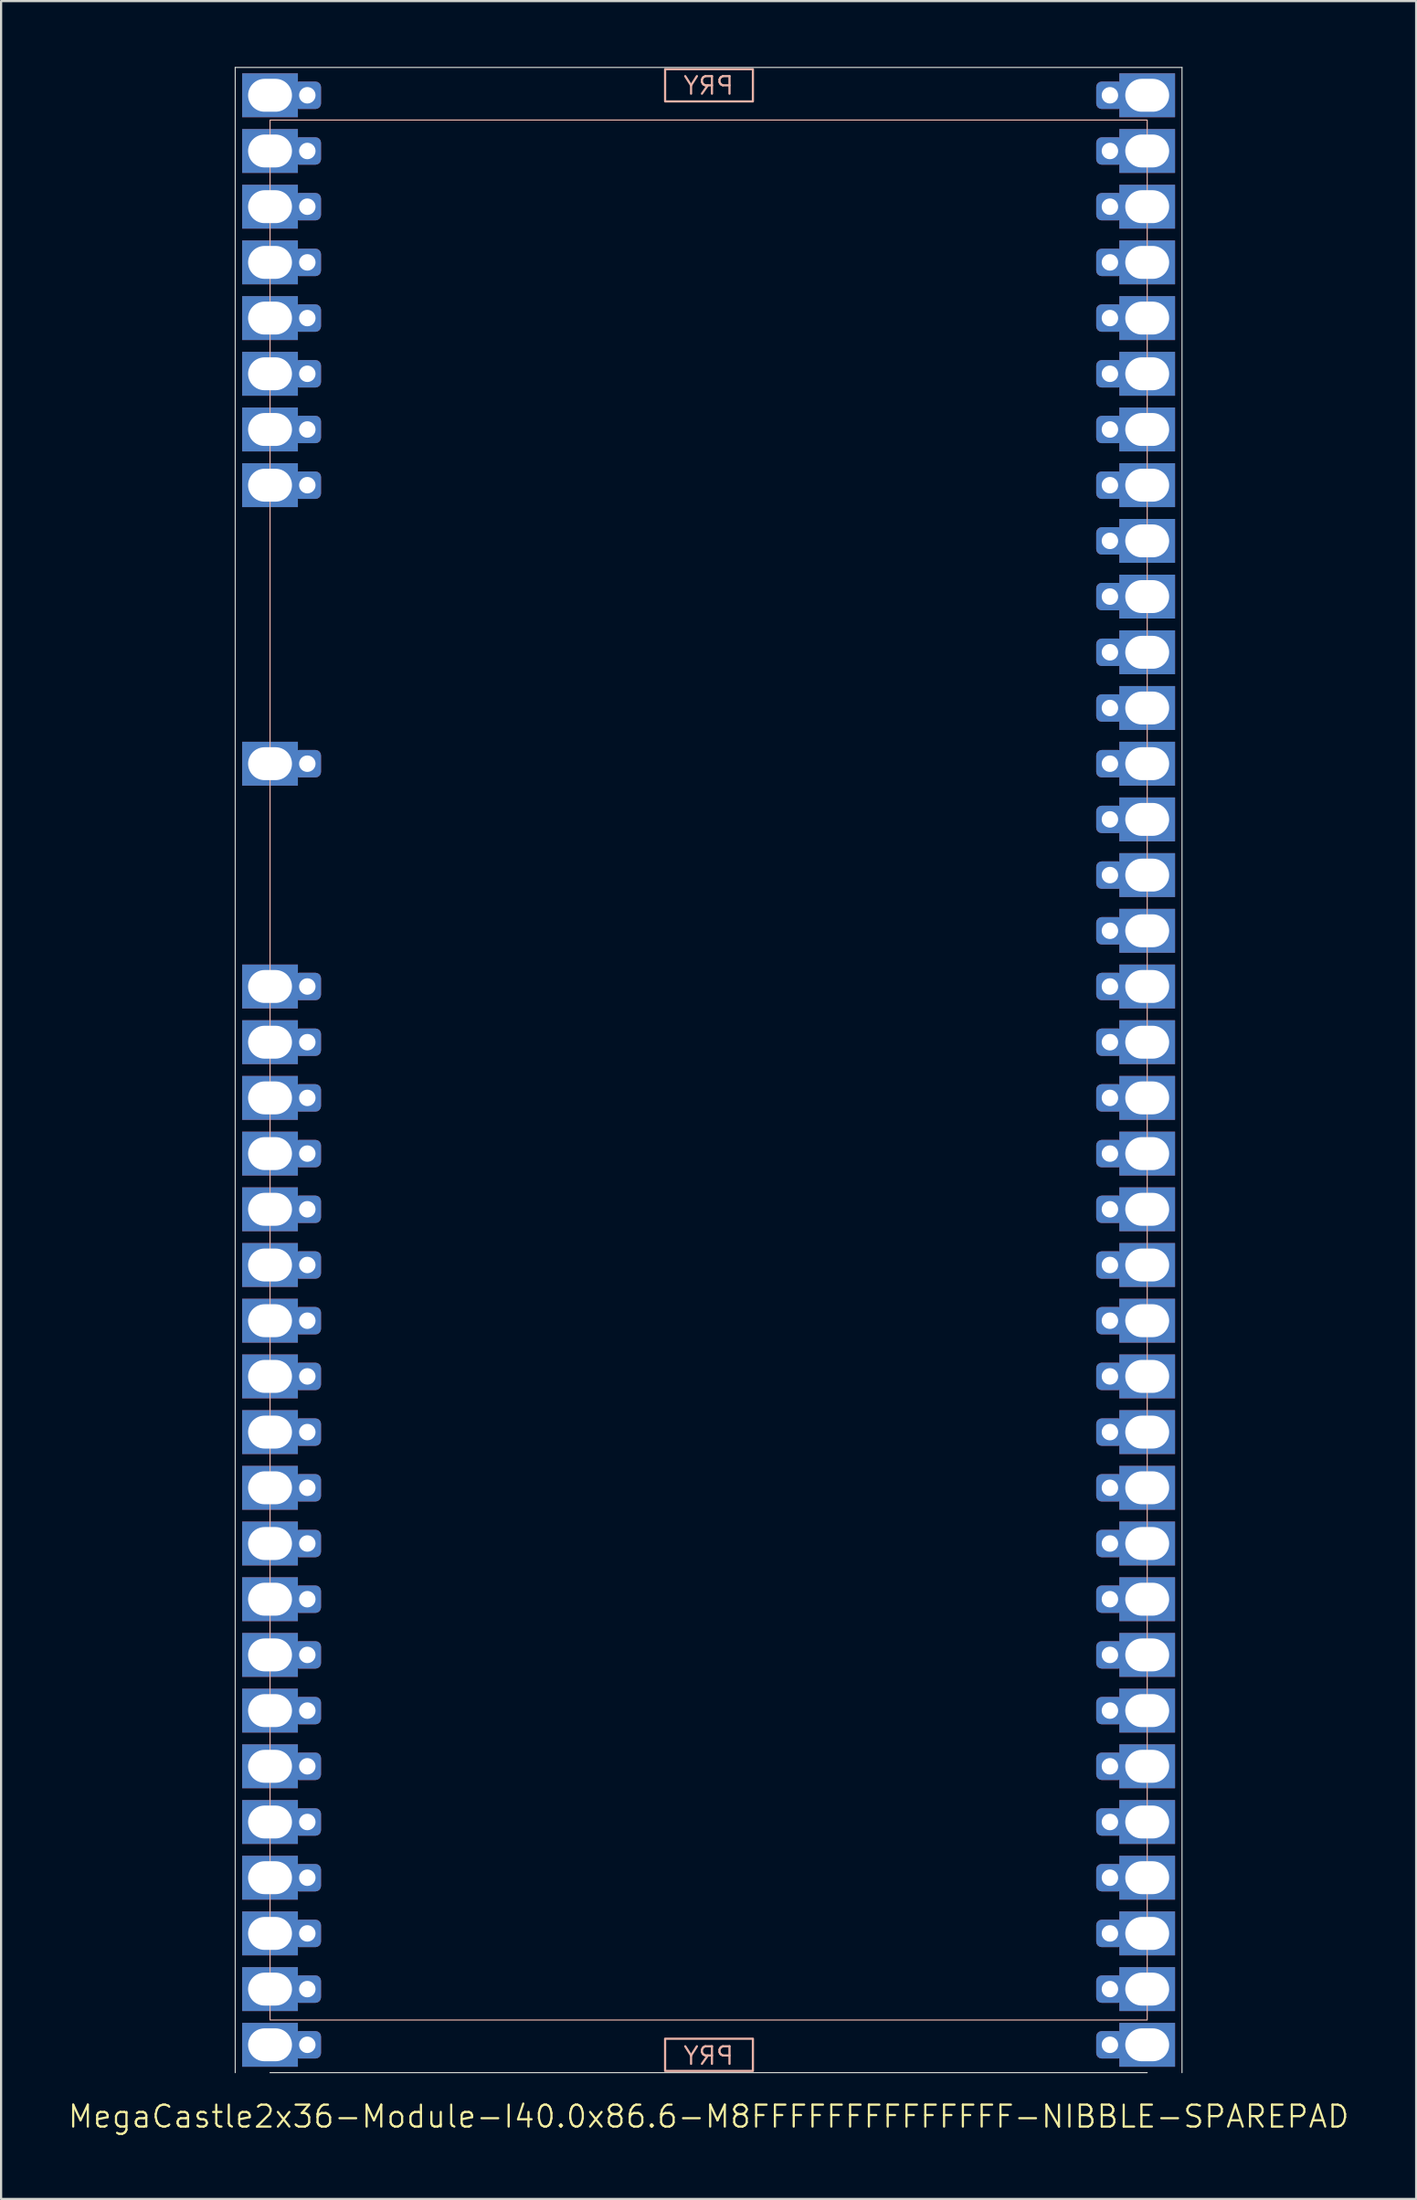
<source format=kicad_pcb>
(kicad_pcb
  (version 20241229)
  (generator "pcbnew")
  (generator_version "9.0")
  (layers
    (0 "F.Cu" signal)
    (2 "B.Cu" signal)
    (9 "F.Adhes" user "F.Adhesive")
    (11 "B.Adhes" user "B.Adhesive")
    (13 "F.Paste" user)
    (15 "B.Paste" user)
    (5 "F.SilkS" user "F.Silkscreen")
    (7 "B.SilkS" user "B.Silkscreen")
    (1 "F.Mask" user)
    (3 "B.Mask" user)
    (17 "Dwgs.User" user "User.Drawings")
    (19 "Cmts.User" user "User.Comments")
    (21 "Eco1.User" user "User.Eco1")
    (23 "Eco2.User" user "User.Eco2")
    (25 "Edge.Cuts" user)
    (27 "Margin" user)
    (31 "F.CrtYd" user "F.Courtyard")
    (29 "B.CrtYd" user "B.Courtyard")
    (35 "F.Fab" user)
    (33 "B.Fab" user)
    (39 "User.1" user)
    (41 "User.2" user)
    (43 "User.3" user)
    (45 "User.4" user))
  (footprint "MegaCastle2x36-Module-I40.0x86.6-M8FFFFFFFFFFFFFF-NIBBLE-SPAREPAD"
    (layer "F.Cu")
    (at 29.264 45.745)
    (property "Reference" "MegaCastle2x36-Module-I40.0x86.6-M8FFFFFFFFFFFFFF-NIBBLE-SPAREPAD" (at 0 47.72 0) (unlocked yes) (layer "F.SilkS") (effects (font (size 1 1) (thickness 0.1))))
    (attr smd)
    (fp_rect (start -20 43.32) (end 20 -43.32) (stroke (width 0.05) (type default)) (fill no) (layer "B.SilkS"))
    (fp_rect (start -1.984 -44.171) (end 2.02 -45.64) (stroke (width 0.1) (type default)) (fill no) (layer "B.SilkS"))
    (fp_rect (start -1.984 44.171) (end 2.02 45.64) (stroke (width 0.1) (type default)) (fill no) (layer "B.SilkS"))
    (fp_line (start -21.587 -45.72) (end -21.587 45.72) (stroke (width 0.05) (type default)) (layer "Edge.Cuts"))
    (fp_line (start -21.587 -45.72) (end 21.587 -45.72) (stroke (width 0.05) (type default)) (layer "Edge.Cuts"))
    (fp_line (start -20 45.72) (end 20 45.72) (stroke (width 0.05) (type default)) (layer "Edge.Cuts"))
    (fp_line (start 21.587 -45.72) (end 21.587 45.72) (stroke (width 0.05) (type default)) (layer "Edge.Cuts"))
    (fp_text user "PRY" (at 0 45.42 0) (unlocked yes) (layer "B.SilkS") (effects (font (size 0.8 0.8) (thickness 0.1)) (justify bottom mirror)))
    (fp_text user "PRY" (at 0 -44.42 0) (unlocked yes) (layer "B.SilkS") (effects (font (size 0.8 0.8) (thickness 0.1)) (justify bottom mirror)))
    (pad "1" thru_hole rect (at -20 -44.45) (size 2.54 2) (drill oval 2 1.5) (property pad_prop_castellated) (layers "*.Cu" "*.Mask"))
    (pad "1" thru_hole roundrect (at -18.3 -44.45 180) (size 1.25 1.25) (drill 0.75) (layers "*.Cu" "*.Mask") (roundrect_rratio 0.2))
    (pad "2" thru_hole rect (at -20 -41.91) (size 2.54 2) (drill oval 2 1.5) (property pad_prop_castellated) (layers "*.Cu" "*.Mask"))
    (pad "2" thru_hole roundrect (at -18.3 -41.91 180) (size 1.25 1.25) (drill 0.75) (layers "*.Cu" "*.Mask") (roundrect_rratio 0.2))
    (pad "3" thru_hole rect (at -20 -39.37) (size 2.54 2) (drill oval 2 1.5) (property pad_prop_castellated) (layers "*.Cu" "*.Mask"))
    (pad "3" thru_hole roundrect (at -18.3 -39.37 180) (size 1.25 1.25) (drill 0.75) (layers "*.Cu" "*.Mask") (roundrect_rratio 0.2))
    (pad "4" thru_hole rect (at -20 -36.83) (size 2.54 2) (drill oval 2 1.5) (property pad_prop_castellated) (layers "*.Cu" "*.Mask"))
    (pad "4" thru_hole roundrect (at -18.3 -36.83 180) (size 1.25 1.25) (drill 0.75) (layers "*.Cu" "*.Mask") (roundrect_rratio 0.2))
    (pad "5" thru_hole rect (at -20 -34.29) (size 2.54 2) (drill oval 2 1.5) (property pad_prop_castellated) (layers "*.Cu" "*.Mask"))
    (pad "5" thru_hole roundrect (at -18.3 -34.29 180) (size 1.25 1.25) (drill 0.75) (layers "*.Cu" "*.Mask") (roundrect_rratio 0.2))
    (pad "6" thru_hole rect (at -20 -31.75) (size 2.54 2) (drill oval 2 1.5) (property pad_prop_castellated) (layers "*.Cu" "*.Mask"))
    (pad "6" thru_hole roundrect (at -18.3 -31.75 180) (size 1.25 1.25) (drill 0.75) (layers "*.Cu" "*.Mask") (roundrect_rratio 0.2))
    (pad "7" thru_hole rect (at -20 -29.21) (size 2.54 2) (drill oval 2 1.5) (property pad_prop_castellated) (layers "*.Cu" "*.Mask"))
    (pad "7" thru_hole roundrect (at -18.3 -29.21 180) (size 1.25 1.25) (drill 0.75) (layers "*.Cu" "*.Mask") (roundrect_rratio 0.2))
    (pad "8" thru_hole rect (at -20 -26.67) (size 2.54 2) (drill oval 2 1.5) (property pad_prop_castellated) (layers "*.Cu" "*.Mask"))
    (pad "8" thru_hole roundrect (at -18.3 -26.67 180) (size 1.25 1.25) (drill 0.75) (layers "*.Cu" "*.Mask") (roundrect_rratio 0.2))
    (pad "13" thru_hole rect (at -20 -13.97) (size 2.54 2) (drill oval 2 1.5) (property pad_prop_castellated) (layers "*.Cu" "*.Mask"))
    (pad "13" thru_hole roundrect (at -18.3 -13.97 180) (size 1.25 1.25) (drill 0.75) (layers "*.Cu" "*.Mask") (roundrect_rratio 0.2))
    (pad "17" thru_hole rect (at -20 -3.81) (size 2.54 2) (drill oval 2 1.5) (property pad_prop_castellated) (layers "*.Cu" "*.Mask"))
    (pad "17" thru_hole roundrect (at -18.3 -3.81 180) (size 1.25 1.25) (drill 0.75) (layers "*.Cu" "*.Mask") (roundrect_rratio 0.2))
    (pad "18" thru_hole rect (at -20 -1.27) (size 2.54 2) (drill oval 2 1.5) (property pad_prop_castellated) (layers "*.Cu" "*.Mask"))
    (pad "18" thru_hole roundrect (at -18.3 -1.27 180) (size 1.25 1.25) (drill 0.75) (layers "*.Cu" "*.Mask") (roundrect_rratio 0.2))
    (pad "19" thru_hole rect (at -20 1.27) (size 2.54 2) (drill oval 2 1.5) (property pad_prop_castellated) (layers "*.Cu" "*.Mask"))
    (pad "19" thru_hole roundrect (at -18.3 1.27 180) (size 1.25 1.25) (drill 0.75) (layers "*.Cu" "*.Mask") (roundrect_rratio 0.2))
    (pad "20" thru_hole rect (at -20 3.81) (size 2.54 2) (drill oval 2 1.5) (property pad_prop_castellated) (layers "*.Cu" "*.Mask"))
    (pad "20" thru_hole roundrect (at -18.3 3.81 180) (size 1.25 1.25) (drill 0.75) (layers "*.Cu" "*.Mask") (roundrect_rratio 0.2))
    (pad "21" thru_hole rect (at -20 6.35) (size 2.54 2) (drill oval 2 1.5) (property pad_prop_castellated) (layers "*.Cu" "*.Mask"))
    (pad "21" thru_hole roundrect (at -18.3 6.35 180) (size 1.25 1.25) (drill 0.75) (layers "*.Cu" "*.Mask") (roundrect_rratio 0.2))
    (pad "22" thru_hole rect (at -20 8.89) (size 2.54 2) (drill oval 2 1.5) (property pad_prop_castellated) (layers "*.Cu" "*.Mask"))
    (pad "22" thru_hole roundrect (at -18.3 8.89 180) (size 1.25 1.25) (drill 0.75) (layers "*.Cu" "*.Mask") (roundrect_rratio 0.2))
    (pad "23" thru_hole rect (at -20 11.43) (size 2.54 2) (drill oval 2 1.5) (property pad_prop_castellated) (layers "*.Cu" "*.Mask"))
    (pad "23" thru_hole roundrect (at -18.3 11.43 180) (size 1.25 1.25) (drill 0.75) (layers "*.Cu" "*.Mask") (roundrect_rratio 0.2))
    (pad "24" thru_hole rect (at -20 13.97) (size 2.54 2) (drill oval 2 1.5) (property pad_prop_castellated) (layers "*.Cu" "*.Mask"))
    (pad "24" thru_hole roundrect (at -18.3 13.97 180) (size 1.25 1.25) (drill 0.75) (layers "*.Cu" "*.Mask") (roundrect_rratio 0.2))
    (pad "25" thru_hole rect (at -20 16.51) (size 2.54 2) (drill oval 2 1.5) (property pad_prop_castellated) (layers "*.Cu" "*.Mask"))
    (pad "25" thru_hole roundrect (at -18.3 16.51 180) (size 1.25 1.25) (drill 0.75) (layers "*.Cu" "*.Mask") (roundrect_rratio 0.2))
    (pad "26" thru_hole rect (at -20 19.05) (size 2.54 2) (drill oval 2 1.5) (property pad_prop_castellated) (layers "*.Cu" "*.Mask"))
    (pad "26" thru_hole roundrect (at -18.3 19.05 180) (size 1.25 1.25) (drill 0.75) (layers "*.Cu" "*.Mask") (roundrect_rratio 0.2))
    (pad "27" thru_hole rect (at -20 21.59) (size 2.54 2) (drill oval 2 1.5) (property pad_prop_castellated) (layers "*.Cu" "*.Mask"))
    (pad "27" thru_hole roundrect (at -18.3 21.59 180) (size 1.25 1.25) (drill 0.75) (layers "*.Cu" "*.Mask") (roundrect_rratio 0.2))
    (pad "28" thru_hole rect (at -20 24.13) (size 2.54 2) (drill oval 2 1.5) (property pad_prop_castellated) (layers "*.Cu" "*.Mask"))
    (pad "28" thru_hole roundrect (at -18.3 24.13 180) (size 1.25 1.25) (drill 0.75) (layers "*.Cu" "*.Mask") (roundrect_rratio 0.2))
    (pad "29" thru_hole rect (at -20 26.67) (size 2.54 2) (drill oval 2 1.5) (property pad_prop_castellated) (layers "*.Cu" "*.Mask"))
    (pad "29" thru_hole roundrect (at -18.3 26.67 180) (size 1.25 1.25) (drill 0.75) (layers "*.Cu" "*.Mask") (roundrect_rratio 0.2))
    (pad "30" thru_hole rect (at -20 29.21) (size 2.54 2) (drill oval 2 1.5) (property pad_prop_castellated) (layers "*.Cu" "*.Mask"))
    (pad "30" thru_hole roundrect (at -18.3 29.21 180) (size 1.25 1.25) (drill 0.75) (layers "*.Cu" "*.Mask") (roundrect_rratio 0.2))
    (pad "31" thru_hole rect (at -20 31.75) (size 2.54 2) (drill oval 2 1.5) (property pad_prop_castellated) (layers "*.Cu" "*.Mask"))
    (pad "31" thru_hole roundrect (at -18.3 31.75 180) (size 1.25 1.25) (drill 0.75) (layers "*.Cu" "*.Mask") (roundrect_rratio 0.2))
    (pad "32" thru_hole rect (at -20 34.29) (size 2.54 2) (drill oval 2 1.5) (property pad_prop_castellated) (layers "*.Cu" "*.Mask"))
    (pad "32" thru_hole roundrect (at -18.3 34.29 180) (size 1.25 1.25) (drill 0.75) (layers "*.Cu" "*.Mask") (roundrect_rratio 0.2))
    (pad "33" thru_hole rect (at -20 36.83) (size 2.54 2) (drill oval 2 1.5) (property pad_prop_castellated) (layers "*.Cu" "*.Mask"))
    (pad "33" thru_hole roundrect (at -18.3 36.83 180) (size 1.25 1.25) (drill 0.75) (layers "*.Cu" "*.Mask") (roundrect_rratio 0.2))
    (pad "34" thru_hole rect (at -20 39.37) (size 2.54 2) (drill oval 2 1.5) (property pad_prop_castellated) (layers "*.Cu" "*.Mask"))
    (pad "34" thru_hole roundrect (at -18.3 39.37 180) (size 1.25 1.25) (drill 0.75) (layers "*.Cu" "*.Mask") (roundrect_rratio 0.2))
    (pad "35" thru_hole rect (at -20 41.91) (size 2.54 2) (drill oval 2 1.5) (property pad_prop_castellated) (layers "*.Cu" "*.Mask"))
    (pad "35" thru_hole roundrect (at -18.3 41.91 180) (size 1.25 1.25) (drill 0.75) (layers "*.Cu" "*.Mask") (roundrect_rratio 0.2))
    (pad "36" thru_hole rect (at -20 44.45) (size 2.54 2) (drill oval 2 1.5) (property pad_prop_castellated) (layers "*.Cu" "*.Mask"))
    (pad "36" thru_hole roundrect (at -18.3 44.45 180) (size 1.25 1.25) (drill 0.75) (layers "*.Cu" "*.Mask") (roundrect_rratio 0.2))
    (pad "37" thru_hole roundrect (at 18.3 -44.45 180) (size 1.25 1.25) (drill 0.75) (layers "*.Cu" "*.Mask") (roundrect_rratio 0.2))
    (pad "37" thru_hole rect (at 20 -44.45) (size 2.54 2) (drill oval 2 1.5) (property pad_prop_castellated) (layers "*.Cu" "*.Mask"))
    (pad "38" thru_hole roundrect (at 18.3 -41.91 180) (size 1.25 1.25) (drill 0.75) (layers "*.Cu" "*.Mask") (roundrect_rratio 0.2))
    (pad "38" thru_hole rect (at 20 -41.91) (size 2.54 2) (drill oval 2 1.5) (property pad_prop_castellated) (layers "*.Cu" "*.Mask"))
    (pad "39" thru_hole roundrect (at 18.3 -39.37 180) (size 1.25 1.25) (drill 0.75) (layers "*.Cu" "*.Mask") (roundrect_rratio 0.2))
    (pad "39" thru_hole rect (at 20 -39.37) (size 2.54 2) (drill oval 2 1.5) (property pad_prop_castellated) (layers "*.Cu" "*.Mask"))
    (pad "40" thru_hole roundrect (at 18.3 -36.83 180) (size 1.25 1.25) (drill 0.75) (layers "*.Cu" "*.Mask") (roundrect_rratio 0.2))
    (pad "40" thru_hole rect (at 20 -36.83) (size 2.54 2) (drill oval 2 1.5) (property pad_prop_castellated) (layers "*.Cu" "*.Mask"))
    (pad "41" thru_hole roundrect (at 18.3 -34.29 180) (size 1.25 1.25) (drill 0.75) (layers "*.Cu" "*.Mask") (roundrect_rratio 0.2))
    (pad "41" thru_hole rect (at 20 -34.29) (size 2.54 2) (drill oval 2 1.5) (property pad_prop_castellated) (layers "*.Cu" "*.Mask"))
    (pad "42" thru_hole roundrect (at 18.3 -31.75 180) (size 1.25 1.25) (drill 0.75) (layers "*.Cu" "*.Mask") (roundrect_rratio 0.2))
    (pad "42" thru_hole rect (at 20 -31.75) (size 2.54 2) (drill oval 2 1.5) (property pad_prop_castellated) (layers "*.Cu" "*.Mask"))
    (pad "43" thru_hole roundrect (at 18.3 -29.21 180) (size 1.25 1.25) (drill 0.75) (layers "*.Cu" "*.Mask") (roundrect_rratio 0.2))
    (pad "43" thru_hole rect (at 20 -29.21) (size 2.54 2) (drill oval 2 1.5) (property pad_prop_castellated) (layers "*.Cu" "*.Mask"))
    (pad "44" thru_hole roundrect (at 18.3 -26.67 180) (size 1.25 1.25) (drill 0.75) (layers "*.Cu" "*.Mask") (roundrect_rratio 0.2))
    (pad "44" thru_hole rect (at 20 -26.67) (size 2.54 2) (drill oval 2 1.5) (property pad_prop_castellated) (layers "*.Cu" "*.Mask"))
    (pad "45" thru_hole roundrect (at 18.3 -24.13 180) (size 1.25 1.25) (drill 0.75) (layers "*.Cu" "*.Mask") (roundrect_rratio 0.2))
    (pad "45" thru_hole rect (at 20 -24.13) (size 2.54 2) (drill oval 2 1.5) (property pad_prop_castellated) (layers "*.Cu" "*.Mask"))
    (pad "46" thru_hole roundrect (at 18.3 -21.59 180) (size 1.25 1.25) (drill 0.75) (layers "*.Cu" "*.Mask") (roundrect_rratio 0.2))
    (pad "46" thru_hole rect (at 20 -21.59) (size 2.54 2) (drill oval 2 1.5) (property pad_prop_castellated) (layers "*.Cu" "*.Mask"))
    (pad "47" thru_hole roundrect (at 18.3 -19.05 180) (size 1.25 1.25) (drill 0.75) (layers "*.Cu" "*.Mask") (roundrect_rratio 0.2))
    (pad "47" thru_hole rect (at 20 -19.05) (size 2.54 2) (drill oval 2 1.5) (property pad_prop_castellated) (layers "*.Cu" "*.Mask"))
    (pad "48" thru_hole roundrect (at 18.3 -16.51 180) (size 1.25 1.25) (drill 0.75) (layers "*.Cu" "*.Mask") (roundrect_rratio 0.2))
    (pad "48" thru_hole rect (at 20 -16.51) (size 2.54 2) (drill oval 2 1.5) (property pad_prop_castellated) (layers "*.Cu" "*.Mask"))
    (pad "49" thru_hole roundrect (at 18.3 -13.97 180) (size 1.25 1.25) (drill 0.75) (layers "*.Cu" "*.Mask") (roundrect_rratio 0.2))
    (pad "49" thru_hole rect (at 20 -13.97) (size 2.54 2) (drill oval 2 1.5) (property pad_prop_castellated) (layers "*.Cu" "*.Mask"))
    (pad "50" thru_hole roundrect (at 18.3 -11.43 180) (size 1.25 1.25) (drill 0.75) (layers "*.Cu" "*.Mask") (roundrect_rratio 0.2))
    (pad "50" thru_hole rect (at 20 -11.43) (size 2.54 2) (drill oval 2 1.5) (property pad_prop_castellated) (layers "*.Cu" "*.Mask"))
    (pad "51" thru_hole roundrect (at 18.3 -8.89 180) (size 1.25 1.25) (drill 0.75) (layers "*.Cu" "*.Mask") (roundrect_rratio 0.2))
    (pad "51" thru_hole rect (at 20 -8.89) (size 2.54 2) (drill oval 2 1.5) (property pad_prop_castellated) (layers "*.Cu" "*.Mask"))
    (pad "52" thru_hole roundrect (at 18.3 -6.35 180) (size 1.25 1.25) (drill 0.75) (layers "*.Cu" "*.Mask") (roundrect_rratio 0.2))
    (pad "52" thru_hole rect (at 20 -6.35) (size 2.54 2) (drill oval 2 1.5) (property pad_prop_castellated) (layers "*.Cu" "*.Mask"))
    (pad "53" thru_hole roundrect (at 18.3 -3.81 180) (size 1.25 1.25) (drill 0.75) (layers "*.Cu" "*.Mask") (roundrect_rratio 0.2))
    (pad "53" thru_hole rect (at 20 -3.81) (size 2.54 2) (drill oval 2 1.5) (property pad_prop_castellated) (layers "*.Cu" "*.Mask"))
    (pad "54" thru_hole roundrect (at 18.3 -1.27 180) (size 1.25 1.25) (drill 0.75) (layers "*.Cu" "*.Mask") (roundrect_rratio 0.2))
    (pad "54" thru_hole rect (at 20 -1.27) (size 2.54 2) (drill oval 2 1.5) (property pad_prop_castellated) (layers "*.Cu" "*.Mask"))
    (pad "55" thru_hole roundrect (at 18.3 1.27 180) (size 1.25 1.25) (drill 0.75) (layers "*.Cu" "*.Mask") (roundrect_rratio 0.2))
    (pad "55" thru_hole rect (at 20 1.27) (size 2.54 2) (drill oval 2 1.5) (property pad_prop_castellated) (layers "*.Cu" "*.Mask"))
    (pad "56" thru_hole roundrect (at 18.3 3.81 180) (size 1.25 1.25) (drill 0.75) (layers "*.Cu" "*.Mask") (roundrect_rratio 0.2))
    (pad "56" thru_hole rect (at 20 3.81) (size 2.54 2) (drill oval 2 1.5) (property pad_prop_castellated) (layers "*.Cu" "*.Mask"))
    (pad "57" thru_hole roundrect (at 18.3 6.35 180) (size 1.25 1.25) (drill 0.75) (layers "*.Cu" "*.Mask") (roundrect_rratio 0.2))
    (pad "57" thru_hole rect (at 20 6.35) (size 2.54 2) (drill oval 2 1.5) (property pad_prop_castellated) (layers "*.Cu" "*.Mask"))
    (pad "58" thru_hole roundrect (at 18.3 8.89 180) (size 1.25 1.25) (drill 0.75) (layers "*.Cu" "*.Mask") (roundrect_rratio 0.2))
    (pad "58" thru_hole rect (at 20 8.89) (size 2.54 2) (drill oval 2 1.5) (property pad_prop_castellated) (layers "*.Cu" "*.Mask"))
    (pad "59" thru_hole roundrect (at 18.3 11.43 180) (size 1.25 1.25) (drill 0.75) (layers "*.Cu" "*.Mask") (roundrect_rratio 0.2))
    (pad "59" thru_hole rect (at 20 11.43) (size 2.54 2) (drill oval 2 1.5) (property pad_prop_castellated) (layers "*.Cu" "*.Mask"))
    (pad "60" thru_hole roundrect (at 18.3 13.97 180) (size 1.25 1.25) (drill 0.75) (layers "*.Cu" "*.Mask") (roundrect_rratio 0.2))
    (pad "60" thru_hole rect (at 20 13.97) (size 2.54 2) (drill oval 2 1.5) (property pad_prop_castellated) (layers "*.Cu" "*.Mask"))
    (pad "61" thru_hole roundrect (at 18.3 16.51 180) (size 1.25 1.25) (drill 0.75) (layers "*.Cu" "*.Mask") (roundrect_rratio 0.2))
    (pad "61" thru_hole rect (at 20 16.51) (size 2.54 2) (drill oval 2 1.5) (property pad_prop_castellated) (layers "*.Cu" "*.Mask"))
    (pad "62" thru_hole roundrect (at 18.3 19.05 180) (size 1.25 1.25) (drill 0.75) (layers "*.Cu" "*.Mask") (roundrect_rratio 0.2))
    (pad "62" thru_hole rect (at 20 19.05) (size 2.54 2) (drill oval 2 1.5) (property pad_prop_castellated) (layers "*.Cu" "*.Mask"))
    (pad "63" thru_hole roundrect (at 18.3 21.59 180) (size 1.25 1.25) (drill 0.75) (layers "*.Cu" "*.Mask") (roundrect_rratio 0.2))
    (pad "63" thru_hole rect (at 20 21.59) (size 2.54 2) (drill oval 2 1.5) (property pad_prop_castellated) (layers "*.Cu" "*.Mask"))
    (pad "64" thru_hole roundrect (at 18.3 24.13 180) (size 1.25 1.25) (drill 0.75) (layers "*.Cu" "*.Mask") (roundrect_rratio 0.2))
    (pad "64" thru_hole rect (at 20 24.13) (size 2.54 2) (drill oval 2 1.5) (property pad_prop_castellated) (layers "*.Cu" "*.Mask"))
    (pad "65" thru_hole roundrect (at 18.3 26.67 180) (size 1.25 1.25) (drill 0.75) (layers "*.Cu" "*.Mask") (roundrect_rratio 0.2))
    (pad "65" thru_hole rect (at 20 26.67) (size 2.54 2) (drill oval 2 1.5) (property pad_prop_castellated) (layers "*.Cu" "*.Mask"))
    (pad "66" thru_hole roundrect (at 18.3 29.21 180) (size 1.25 1.25) (drill 0.75) (layers "*.Cu" "*.Mask") (roundrect_rratio 0.2))
    (pad "66" thru_hole rect (at 20 29.21) (size 2.54 2) (drill oval 2 1.5) (property pad_prop_castellated) (layers "*.Cu" "*.Mask"))
    (pad "67" thru_hole roundrect (at 18.3 31.75 180) (size 1.25 1.25) (drill 0.75) (layers "*.Cu" "*.Mask") (roundrect_rratio 0.2))
    (pad "67" thru_hole rect (at 20 31.75) (size 2.54 2) (drill oval 2 1.5) (property pad_prop_castellated) (layers "*.Cu" "*.Mask"))
    (pad "68" thru_hole roundrect (at 18.3 34.29 180) (size 1.25 1.25) (drill 0.75) (layers "*.Cu" "*.Mask") (roundrect_rratio 0.2))
    (pad "68" thru_hole rect (at 20 34.29) (size 2.54 2) (drill oval 2 1.5) (property pad_prop_castellated) (layers "*.Cu" "*.Mask"))
    (pad "69" thru_hole roundrect (at 18.3 36.83 180) (size 1.25 1.25) (drill 0.75) (layers "*.Cu" "*.Mask") (roundrect_rratio 0.2))
    (pad "69" thru_hole rect (at 20 36.83) (size 2.54 2) (drill oval 2 1.5) (property pad_prop_castellated) (layers "*.Cu" "*.Mask"))
    (pad "70" thru_hole roundrect (at 18.3 39.37 180) (size 1.25 1.25) (drill 0.75) (layers "*.Cu" "*.Mask") (roundrect_rratio 0.2))
    (pad "70" thru_hole rect (at 20 39.37) (size 2.54 2) (drill oval 2 1.5) (property pad_prop_castellated) (layers "*.Cu" "*.Mask"))
    (pad "71" thru_hole roundrect (at 18.3 41.91 180) (size 1.25 1.25) (drill 0.75) (layers "*.Cu" "*.Mask") (roundrect_rratio 0.2))
    (pad "71" thru_hole rect (at 20 41.91) (size 2.54 2) (drill oval 2 1.5) (property pad_prop_castellated) (layers "*.Cu" "*.Mask"))
    (pad "72" thru_hole roundrect (at 18.3 44.45 180) (size 1.25 1.25) (drill 0.75) (layers "*.Cu" "*.Mask") (roundrect_rratio 0.2))
    (pad "72" thru_hole rect (at 20 44.45) (size 2.54 2) (drill oval 2 1.5) (property pad_prop_castellated) (layers "*.Cu" "*.Mask"))
    (zone (net_name "") (layer "B.Cu") (hatch edge 0.5) (connect_pads) (min_thickness 0.25) (filled_areas_thickness no) (keepout (tracks allowed) (vias allowed) (pads allowed) (copperpour allowed) (footprints not_allowed)) (placement (enabled no)) (fill) (polygon (pts (xy 9.264 91.465) (xy 9.264 0.025))))
    (zone (net_name "") (layer "B.Cu") (hatch edge 0.5) (connect_pads) (min_thickness 0.25) (filled_areas_thickness no) (keepout (tracks allowed) (vias allowed) (pads allowed) (copperpour allowed) (footprints not_allowed)) (placement (enabled no)) (fill) (polygon (pts (xy 49.264 91.465) (xy 49.264 0.025))))
    (zone (net_name "") (layer "B.Cu") (hatch edge 0.5) (connect_pads) (min_thickness 0.25) (filled_areas_thickness no) (keepout (tracks allowed) (vias allowed) (pads allowed) (copperpour allowed) (footprints not_allowed)) (placement (enabled no)) (fill) (polygon (pts (xy 9.264 0.025) (xy 9.264 2.425) (xy 49.264 2.425) (xy 49.264 0.025))))
    (zone (net_name "") (layer "B.Cu") (hatch edge 0.5) (connect_pads) (min_thickness 0.25) (filled_areas_thickness no) (keepout (tracks allowed) (vias allowed) (pads allowed) (copperpour allowed) (footprints not_allowed)) (placement (enabled no)) (fill) (polygon (pts (xy 9.264 91.465) (xy 9.264 89.065) (xy 49.264 89.065) (xy 49.264 91.465))))
    (zone (net_name "") (layer "B.Cu") (name "Upper Pry Zone") (hatch edge 0.5) (connect_pads) (min_thickness 0.25) (filled_areas_thickness no) (keepout (tracks not_allowed) (vias not_allowed) (pads not_allowed) (copperpour allowed) (footprints not_allowed)) (placement (enabled no)) (fill) (polygon (pts (xy 27.28 1.574) (xy 27.28 0.105) (xy 31.284 0.105) (xy 31.284 1.574))))
    (zone (net_name "") (layer "B.Cu") (name "Upper Pry Zone") (hatch edge 0.5) (connect_pads) (min_thickness 0.25) (filled_areas_thickness no) (keepout (tracks not_allowed) (vias not_allowed) (pads not_allowed) (copperpour allowed) (footprints not_allowed)) (placement (enabled no)) (fill) (polygon (pts (xy 27.28 89.916) (xy 27.28 91.385) (xy 31.284 91.385) (xy 31.284 89.916)))))
  (gr_rect
    (start -3 -3)
    (end 61.529 97.226)
    (stroke (width 0.1) (type default))
    (fill no)
    (layer "Edge.Cuts")))
</source>
